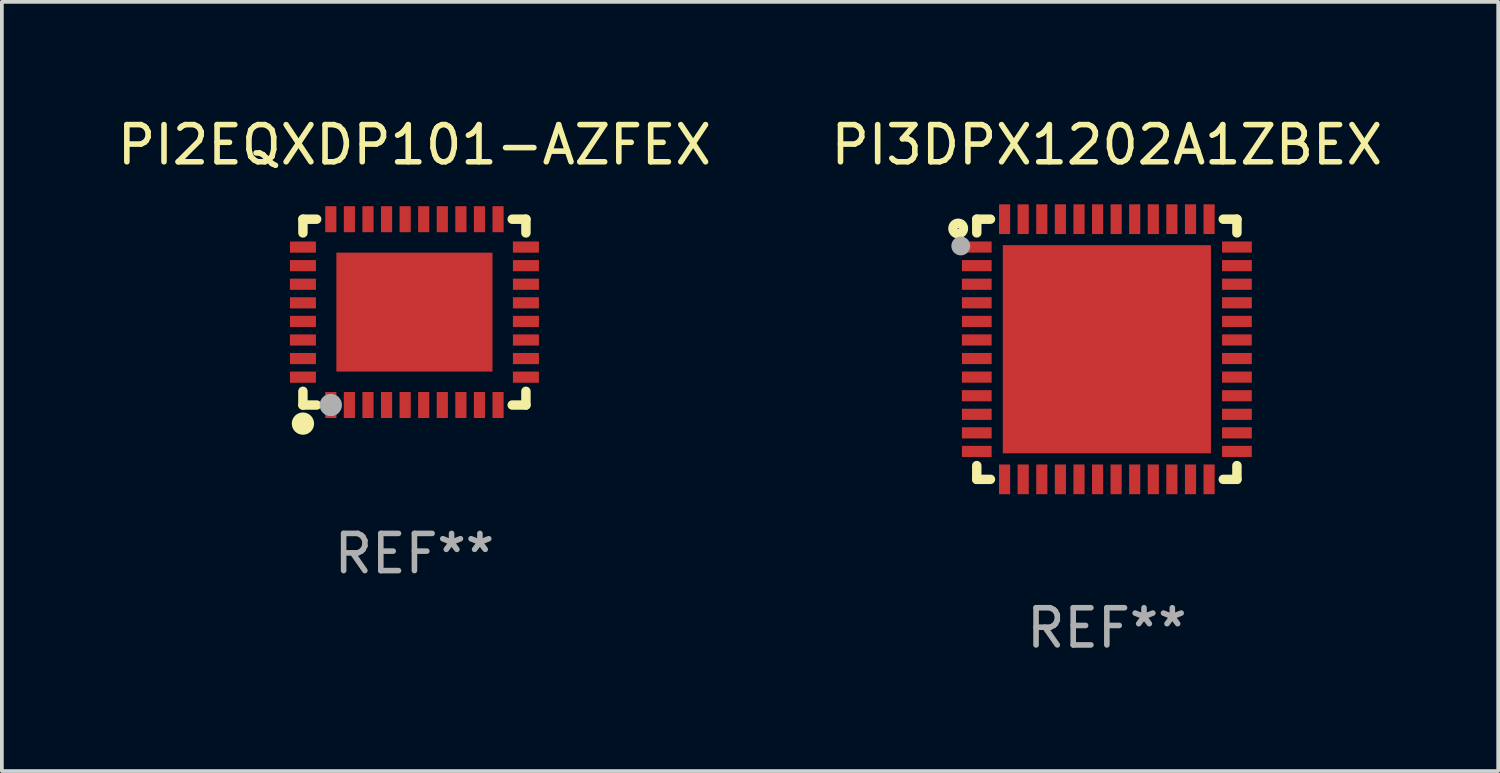
<source format=kicad_pcb>
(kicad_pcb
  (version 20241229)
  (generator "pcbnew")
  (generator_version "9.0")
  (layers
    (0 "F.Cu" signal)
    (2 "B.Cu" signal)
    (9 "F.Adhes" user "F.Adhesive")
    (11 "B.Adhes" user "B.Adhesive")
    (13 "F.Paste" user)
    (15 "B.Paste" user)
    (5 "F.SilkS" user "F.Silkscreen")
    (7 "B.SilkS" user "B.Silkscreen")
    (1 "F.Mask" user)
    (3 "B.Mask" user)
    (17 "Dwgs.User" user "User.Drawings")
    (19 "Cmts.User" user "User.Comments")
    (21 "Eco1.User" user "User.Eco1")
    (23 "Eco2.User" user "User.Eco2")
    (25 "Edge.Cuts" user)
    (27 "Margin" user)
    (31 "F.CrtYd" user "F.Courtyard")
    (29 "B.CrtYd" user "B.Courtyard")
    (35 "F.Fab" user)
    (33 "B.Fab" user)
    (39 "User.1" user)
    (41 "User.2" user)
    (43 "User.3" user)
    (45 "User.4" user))
  (footprint "PI2EQXDP101-AZFEX"
    (layer "F.Cu")
    (at 8.101 5.348)
    (property "Reference" "PI2EQXDP101-AZFEX" (at 0 -4.5 0) (layer "F.SilkS") (effects (font (size 1 1) (thickness 0.15))))
    (attr through_hole)
    (fp_line (start -3 -2.5) (end -3 -2.131) (stroke (width 0.254) (type solid)) (layer "F.SilkS"))
    (fp_line (start -3 -2.5) (end -2.631 -2.5) (stroke (width 0.254) (type solid)) (layer "F.SilkS"))
    (fp_line (start -3 2.131) (end -3 2.5) (stroke (width 0.254) (type solid)) (layer "F.SilkS"))
    (fp_line (start -3 2.5) (end -2.631 2.5) (stroke (width 0.254) (type solid)) (layer "F.SilkS"))
    (fp_line (start 2.631 -2.5) (end 3 -2.5) (stroke (width 0.254) (type solid)) (layer "F.SilkS"))
    (fp_line (start 2.631 2.5) (end 3 2.5) (stroke (width 0.254) (type solid)) (layer "F.SilkS"))
    (fp_line (start 3 -2.131) (end 3 -2.5) (stroke (width 0.254) (type solid)) (layer "F.SilkS"))
    (fp_line (start 3 2.5) (end 3 2.131) (stroke (width 0.254) (type solid)) (layer "F.SilkS"))
    (fp_circle (center -3 2.5) (end -2.97 2.5) (stroke (width 0.06) (type solid)) (fill no) (layer "F.SilkS"))
    (fp_circle (center -3 3) (end -2.85 3) (stroke (width 0.3) (type solid)) (fill no) (layer "F.SilkS"))
    (fp_circle (center -2.25 2.5) (end -2.1 2.5) (stroke (width 0.3) (type solid)) (fill no) (layer "F.Fab"))
    (fp_text user "REF**" (at 0 6.5 0) (layer "F.Fab") (effects (font (size 1 1) (thickness 0.15))))
    (pad "1" smd rect (at -2.25 2.5 180) (size 0.3 0.7) (layers "F.Cu" "F.Mask" "F.Paste"))
    (pad "2" smd rect (at -1.75 2.5 180) (size 0.3 0.7) (layers "F.Cu" "F.Mask" "F.Paste"))
    (pad "3" smd rect (at -1.25 2.5 180) (size 0.3 0.7) (layers "F.Cu" "F.Mask" "F.Paste"))
    (pad "4" smd rect (at -0.75 2.5 180) (size 0.3 0.7) (layers "F.Cu" "F.Mask" "F.Paste"))
    (pad "5" smd rect (at -0.25 2.5 180) (size 0.3 0.7) (layers "F.Cu" "F.Mask" "F.Paste"))
    (pad "6" smd rect (at 0.25 2.5 180) (size 0.3 0.7) (layers "F.Cu" "F.Mask" "F.Paste"))
    (pad "7" smd rect (at 0.75 2.5 180) (size 0.3 0.7) (layers "F.Cu" "F.Mask" "F.Paste"))
    (pad "8" smd rect (at 1.25 2.5 180) (size 0.3 0.7) (layers "F.Cu" "F.Mask" "F.Paste"))
    (pad "9" smd rect (at 1.75 2.5 180) (size 0.3 0.7) (layers "F.Cu" "F.Mask" "F.Paste"))
    (pad "10" smd rect (at 2.25 2.5 180) (size 0.3 0.7) (layers "F.Cu" "F.Mask" "F.Paste"))
    (pad "11" smd rect (at 3 1.75 270) (size 0.3 0.7) (layers "F.Cu" "F.Mask" "F.Paste"))
    (pad "12" smd rect (at 3 1.25 270) (size 0.3 0.7) (layers "F.Cu" "F.Mask" "F.Paste"))
    (pad "13" smd rect (at 3 0.75 270) (size 0.3 0.7) (layers "F.Cu" "F.Mask" "F.Paste"))
    (pad "14" smd rect (at 3 0.25 270) (size 0.3 0.7) (layers "F.Cu" "F.Mask" "F.Paste"))
    (pad "15" smd rect (at 3 -0.25 270) (size 0.3 0.7) (layers "F.Cu" "F.Mask" "F.Paste"))
    (pad "16" smd rect (at 3 -0.75 270) (size 0.3 0.7) (layers "F.Cu" "F.Mask" "F.Paste"))
    (pad "17" smd rect (at 3 -1.25 270) (size 0.3 0.7) (layers "F.Cu" "F.Mask" "F.Paste"))
    (pad "18" smd rect (at 3 -1.75 270) (size 0.3 0.7) (layers "F.Cu" "F.Mask" "F.Paste"))
    (pad "19" smd rect (at 2.25 -2.5) (size 0.3 0.7) (layers "F.Cu" "F.Mask" "F.Paste"))
    (pad "20" smd rect (at 1.75 -2.5) (size 0.3 0.7) (layers "F.Cu" "F.Mask" "F.Paste"))
    (pad "21" smd rect (at 1.25 -2.5) (size 0.3 0.7) (layers "F.Cu" "F.Mask" "F.Paste"))
    (pad "22" smd rect (at 0.75 -2.5) (size 0.3 0.7) (layers "F.Cu" "F.Mask" "F.Paste"))
    (pad "23" smd rect (at 0.25 -2.5) (size 0.3 0.7) (layers "F.Cu" "F.Mask" "F.Paste"))
    (pad "24" smd rect (at -0.25 -2.5) (size 0.3 0.7) (layers "F.Cu" "F.Mask" "F.Paste"))
    (pad "25" smd rect (at -0.75 -2.5) (size 0.3 0.7) (layers "F.Cu" "F.Mask" "F.Paste"))
    (pad "26" smd rect (at -1.25 -2.5) (size 0.3 0.7) (layers "F.Cu" "F.Mask" "F.Paste"))
    (pad "27" smd rect (at -1.75 -2.5) (size 0.3 0.7) (layers "F.Cu" "F.Mask" "F.Paste"))
    (pad "28" smd rect (at -2.25 -2.5) (size 0.3 0.7) (layers "F.Cu" "F.Mask" "F.Paste"))
    (pad "29" smd rect (at -3 -1.75 90) (size 0.3 0.7) (layers "F.Cu" "F.Mask" "F.Paste"))
    (pad "30" smd rect (at -3 -1.25 90) (size 0.3 0.7) (layers "F.Cu" "F.Mask" "F.Paste"))
    (pad "31" smd rect (at -3 -0.75 90) (size 0.3 0.7) (layers "F.Cu" "F.Mask" "F.Paste"))
    (pad "32" smd rect (at -3 -0.25 90) (size 0.3 0.7) (layers "F.Cu" "F.Mask" "F.Paste"))
    (pad "33" smd rect (at -3 0.25 90) (size 0.3 0.7) (layers "F.Cu" "F.Mask" "F.Paste"))
    (pad "34" smd rect (at -3 0.75 90) (size 0.3 0.7) (layers "F.Cu" "F.Mask" "F.Paste"))
    (pad "35" smd rect (at -3 1.25 90) (size 0.3 0.7) (layers "F.Cu" "F.Mask" "F.Paste"))
    (pad "36" smd rect (at -3 1.75 90) (size 0.3 0.7) (layers "F.Cu" "F.Mask" "F.Paste"))
    (pad "37" smd rect (at 0.000038 0.000089 90) (size 3.2 4.2) (layers "F.Cu" "F.Mask" "F.Paste")))
  (footprint "PI3DPX1202A1ZBEX"
    (layer "F.Cu")
    (at 26.732 6.348)
    (property "Reference" "PI3DPX1202A1ZBEX" (at 0 -5.5 0) (layer "F.SilkS") (effects (font (size 1 1) (thickness 0.15))))
    (attr through_hole)
    (fp_line (start -3.5 -3.5) (end -3.132 -3.5) (stroke (width 0.254) (type solid)) (layer "F.SilkS"))
    (fp_line (start -3.5 -3.132) (end -3.5 -3.5) (stroke (width 0.254) (type solid)) (layer "F.SilkS"))
    (fp_line (start -3.5 3.5) (end -3.5 3.13) (stroke (width 0.254) (type solid)) (layer "F.SilkS"))
    (fp_line (start -3.132 3.5) (end -3.5 3.5) (stroke (width 0.254) (type solid)) (layer "F.SilkS"))
    (fp_line (start 3.132 -3.5) (end 3.5 -3.5) (stroke (width 0.254) (type solid)) (layer "F.SilkS"))
    (fp_line (start 3.5 -3.5) (end 3.5 -3.132) (stroke (width 0.254) (type solid)) (layer "F.SilkS"))
    (fp_line (start 3.5 3.13) (end 3.5 3.5) (stroke (width 0.254) (type solid)) (layer "F.SilkS"))
    (fp_line (start 3.5 3.5) (end 3.132 3.5) (stroke (width 0.254) (type solid)) (layer "F.SilkS"))
    (fp_circle (center -4 -3.25) (end -3.859 -3.25) (stroke (width 0.254) (type solid)) (fill no) (layer "F.SilkS"))
    (fp_circle (center -3.5 -3.501) (end -3.47 -3.501) (stroke (width 0.06) (type solid)) (fill no) (layer "F.SilkS"))
    (fp_circle (center -3.93 -2.78) (end -3.803 -2.78) (stroke (width 0.254) (type solid)) (fill no) (layer "F.Fab"))
    (fp_text user "REF**" (at 0 7.5 0) (layer "F.Fab") (effects (font (size 1 1) (thickness 0.15))))
    (pad "1" smd rect (at -3.5 -2.751 270) (size 0.3 0.8) (layers "F.Cu" "F.Mask" "F.Paste"))
    (pad "2" smd rect (at -3.5 -2.25 270) (size 0.3 0.8) (layers "F.Cu" "F.Mask" "F.Paste"))
    (pad "3" smd rect (at -3.5 -1.75 270) (size 0.3 0.8) (layers "F.Cu" "F.Mask" "F.Paste"))
    (pad "4" smd rect (at -3.5 -1.251 270) (size 0.3 0.8) (layers "F.Cu" "F.Mask" "F.Paste"))
    (pad "5" smd rect (at -3.5 -0.75 270) (size 0.3 0.8) (layers "F.Cu" "F.Mask" "F.Paste"))
    (pad "6" smd rect (at -3.5 -0.251 270) (size 0.3 0.8) (layers "F.Cu" "F.Mask" "F.Paste"))
    (pad "7" smd rect (at -3.5 0.249 270) (size 0.3 0.8) (layers "F.Cu" "F.Mask" "F.Paste"))
    (pad "8" smd rect (at -3.5 0.749 270) (size 0.3 0.8) (layers "F.Cu" "F.Mask" "F.Paste"))
    (pad "9" smd rect (at -3.5 1.25 270) (size 0.3 0.8) (layers "F.Cu" "F.Mask" "F.Paste"))
    (pad "10" smd rect (at -3.5 1.75 270) (size 0.3 0.8) (layers "F.Cu" "F.Mask" "F.Paste"))
    (pad "11" smd rect (at -3.5 2.249 270) (size 0.3 0.8) (layers "F.Cu" "F.Mask" "F.Paste"))
    (pad "12" smd rect (at -3.5 2.748 270) (size 0.3 0.8) (layers "F.Cu" "F.Mask" "F.Paste"))
    (pad "13" smd rect (at -2.751 3.5 180) (size 0.3 0.8) (layers "F.Cu" "F.Mask" "F.Paste"))
    (pad "14" smd rect (at -2.251 3.5 180) (size 0.3 0.8) (layers "F.Cu" "F.Mask" "F.Paste"))
    (pad "15" smd rect (at -1.75 3.5 180) (size 0.3 0.8) (layers "F.Cu" "F.Mask" "F.Paste"))
    (pad "16" smd rect (at -1.25 3.5 180) (size 0.3 0.8) (layers "F.Cu" "F.Mask" "F.Paste"))
    (pad "17" smd rect (at -0.749 3.5 180) (size 0.3 0.8) (layers "F.Cu" "F.Mask" "F.Paste"))
    (pad "18" smd rect (at -0.25 3.5 180) (size 0.3 0.8) (layers "F.Cu" "F.Mask" "F.Paste"))
    (pad "19" smd rect (at 0.249 3.5 180) (size 0.3 0.8) (layers "F.Cu" "F.Mask" "F.Paste"))
    (pad "20" smd rect (at 0.749 3.5 180) (size 0.3 0.8) (layers "F.Cu" "F.Mask" "F.Paste"))
    (pad "21" smd rect (at 1.25 3.5 180) (size 0.3 0.8) (layers "F.Cu" "F.Mask" "F.Paste"))
    (pad "22" smd rect (at 1.75 3.5 180) (size 0.3 0.8) (layers "F.Cu" "F.Mask" "F.Paste"))
    (pad "23" smd rect (at 2.251 3.5 180) (size 0.3 0.8) (layers "F.Cu" "F.Mask" "F.Paste"))
    (pad "24" smd rect (at 2.751 3.5 180) (size 0.3 0.8) (layers "F.Cu" "F.Mask" "F.Paste"))
    (pad "25" smd rect (at 3.5 2.748 270) (size 0.3 0.8) (layers "F.Cu" "F.Mask" "F.Paste"))
    (pad "26" smd rect (at 3.5 2.249 270) (size 0.3 0.8) (layers "F.Cu" "F.Mask" "F.Paste"))
    (pad "27" smd rect (at 3.5 1.75 270) (size 0.3 0.8) (layers "F.Cu" "F.Mask" "F.Paste"))
    (pad "28" smd rect (at 3.5 1.25 270) (size 0.3 0.8) (layers "F.Cu" "F.Mask" "F.Paste"))
    (pad "29" smd rect (at 3.5 0.749 270) (size 0.3 0.8) (layers "F.Cu" "F.Mask" "F.Paste"))
    (pad "30" smd rect (at 3.5 0.249 270) (size 0.3 0.8) (layers "F.Cu" "F.Mask" "F.Paste"))
    (pad "31" smd rect (at 3.5 -0.251 270) (size 0.3 0.8) (layers "F.Cu" "F.Mask" "F.Paste"))
    (pad "32" smd rect (at 3.5 -0.75 270) (size 0.3 0.8) (layers "F.Cu" "F.Mask" "F.Paste"))
    (pad "33" smd rect (at 3.5 -1.251 270) (size 0.3 0.8) (layers "F.Cu" "F.Mask" "F.Paste"))
    (pad "34" smd rect (at 3.5 -1.75 270) (size 0.3 0.8) (layers "F.Cu" "F.Mask" "F.Paste"))
    (pad "35" smd rect (at 3.5 -2.25 270) (size 0.3 0.8) (layers "F.Cu" "F.Mask" "F.Paste"))
    (pad "36" smd rect (at 3.5 -2.751 270) (size 0.3 0.8) (layers "F.Cu" "F.Mask" "F.Paste"))
    (pad "37" smd rect (at 2.751 -3.5 180) (size 0.3 0.8) (layers "F.Cu" "F.Mask" "F.Paste"))
    (pad "38" smd rect (at 2.251 -3.5 180) (size 0.3 0.8) (layers "F.Cu" "F.Mask" "F.Paste"))
    (pad "39" smd rect (at 1.75 -3.5 180) (size 0.3 0.8) (layers "F.Cu" "F.Mask" "F.Paste"))
    (pad "40" smd rect (at 1.25 -3.5 180) (size 0.3 0.8) (layers "F.Cu" "F.Mask" "F.Paste"))
    (pad "41" smd rect (at 0.749 -3.5 180) (size 0.3 0.8) (layers "F.Cu" "F.Mask" "F.Paste"))
    (pad "42" smd rect (at 0.25 -3.5 180) (size 0.3 0.8) (layers "F.Cu" "F.Mask" "F.Paste"))
    (pad "43" smd rect (at -0.25 -3.5 180) (size 0.3 0.8) (layers "F.Cu" "F.Mask" "F.Paste"))
    (pad "44" smd rect (at -0.749 -3.5 180) (size 0.3 0.8) (layers "F.Cu" "F.Mask" "F.Paste"))
    (pad "45" smd rect (at -1.25 -3.5 180) (size 0.3 0.8) (layers "F.Cu" "F.Mask" "F.Paste"))
    (pad "46" smd rect (at -1.75 -3.5 180) (size 0.3 0.8) (layers "F.Cu" "F.Mask" "F.Paste"))
    (pad "47" smd rect (at -2.251 -3.5 180) (size 0.3 0.8) (layers "F.Cu" "F.Mask" "F.Paste"))
    (pad "48" smd rect (at -2.751 -3.5 180) (size 0.3 0.8) (layers "F.Cu" "F.Mask" "F.Paste"))
    (pad "49" smd rect (at 0.000127 -0.001 180) (size 5.6 5.6) (layers "F.Cu" "F.Mask" "F.Paste")))
  (gr_rect
    (start -3 -3)
    (end 37.262 17.697)
    (stroke (width 0.1) (type default))
    (fill no)
    (layer "Edge.Cuts")))
</source>
